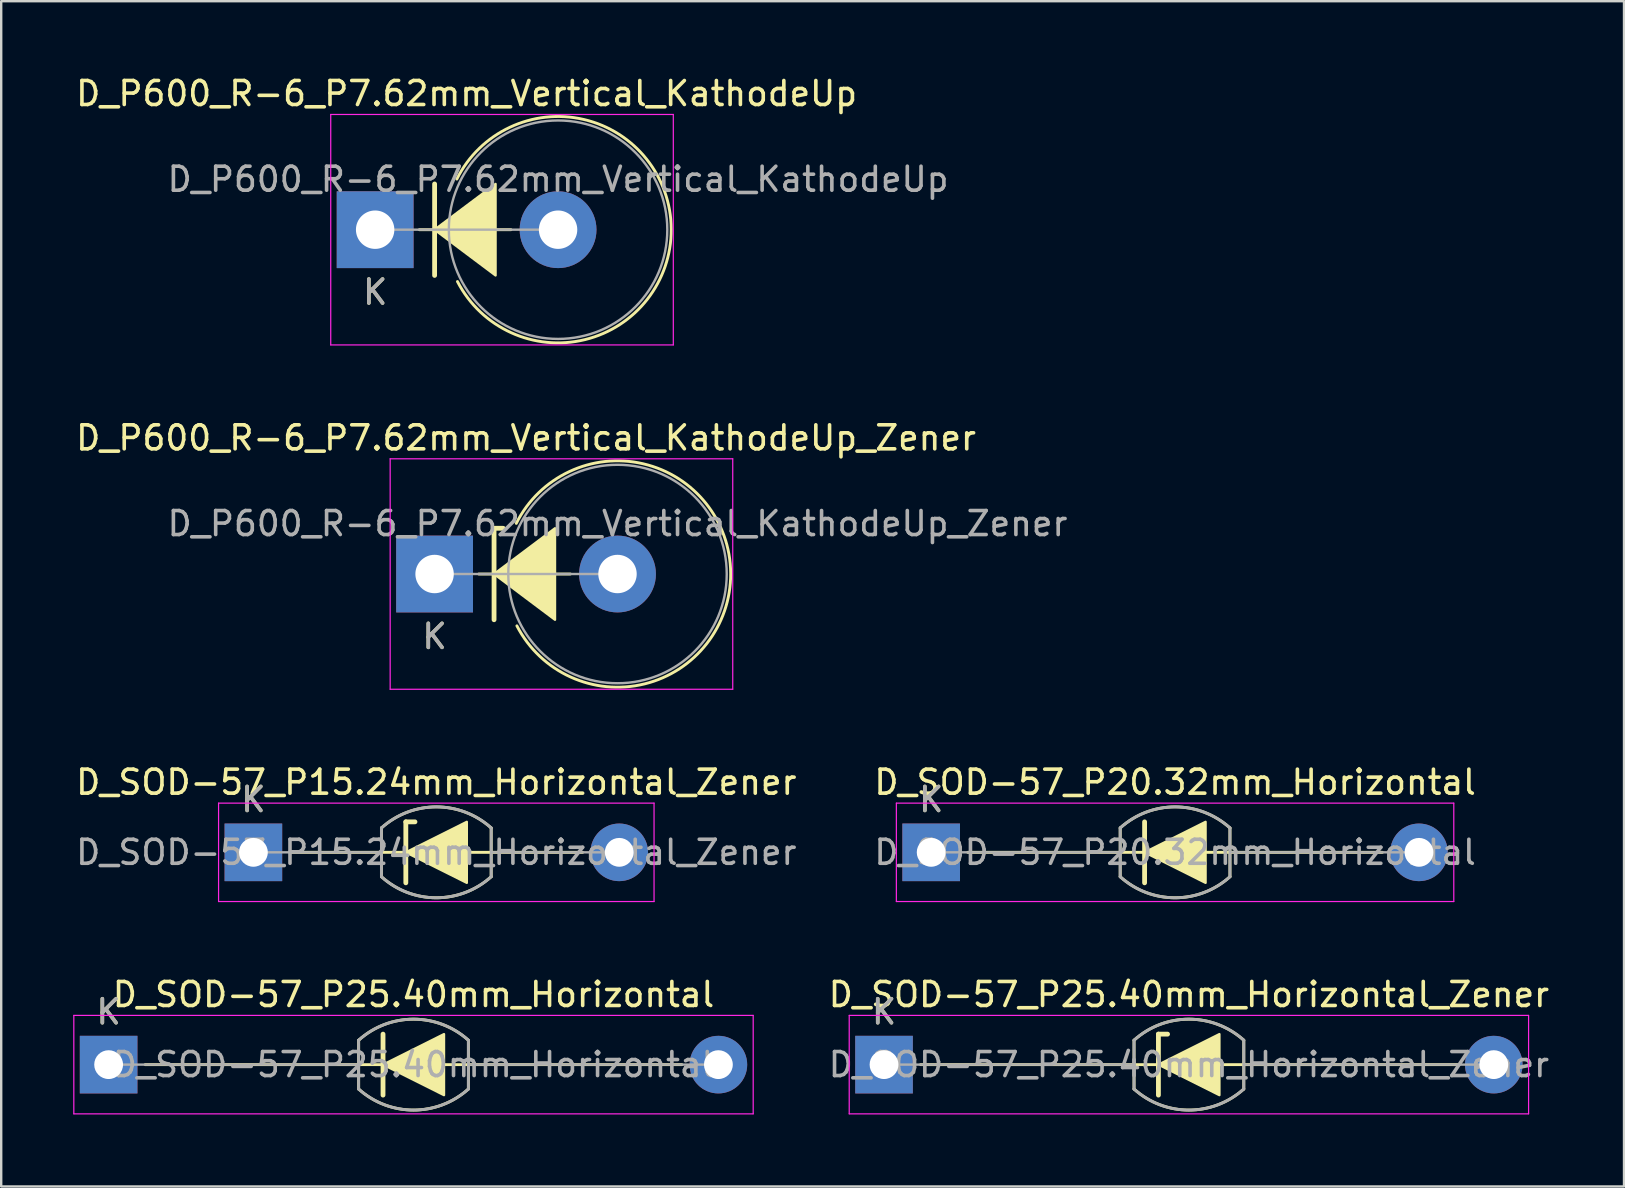
<source format=kicad_pcb>
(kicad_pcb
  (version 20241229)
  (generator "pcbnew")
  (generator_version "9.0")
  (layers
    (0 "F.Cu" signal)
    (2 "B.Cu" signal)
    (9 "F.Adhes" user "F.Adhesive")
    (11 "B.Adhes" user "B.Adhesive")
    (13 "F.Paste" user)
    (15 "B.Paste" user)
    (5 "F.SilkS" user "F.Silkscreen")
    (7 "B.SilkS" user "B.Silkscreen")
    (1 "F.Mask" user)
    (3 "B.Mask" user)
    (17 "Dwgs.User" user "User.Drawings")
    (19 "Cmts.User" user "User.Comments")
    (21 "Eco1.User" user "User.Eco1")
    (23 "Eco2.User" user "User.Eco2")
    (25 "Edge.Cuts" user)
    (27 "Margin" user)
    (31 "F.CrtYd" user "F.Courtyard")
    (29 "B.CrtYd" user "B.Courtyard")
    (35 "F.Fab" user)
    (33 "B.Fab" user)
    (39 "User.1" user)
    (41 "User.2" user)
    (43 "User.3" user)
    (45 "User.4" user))
  (footprint "D_SOD-57_P25.40mm_Horizontal"
    (layer "F.Cu")
    (at 1.475 41.298)
    (property "Reference" "D_SOD-57_P25.40mm_Horizontal" (at 12.7 -2.92 0) (layer "F.SilkS") (effects (font (size 1 1) (thickness 0.15))))
    (attr through_hole)
    (fp_line (start 1.524 0) (end 23.876 0) (stroke (width 0.12) (type solid)) (layer "F.SilkS"))
    (fp_line (start 10.414 -1.016) (end 10.414 1.016) (stroke (width 0.12) (type solid)) (layer "F.SilkS"))
    (fp_line (start 11.43 1.27) (end 11.43 -1.27) (stroke (width 0.2) (type solid)) (layer "F.SilkS"))
    (fp_line (start 14.986 -1.016) (end 14.986 1.016) (stroke (width 0.12) (type solid)) (layer "F.SilkS"))
    (fp_arc (start 10.414 -1.016) (mid 12.699999 -1.89322) (end 14.985998 -1.016) (stroke (width 0.12) (type solid)) (layer "F.SilkS"))
    (fp_arc (start 14.986 1.016) (mid 12.700001 1.89322) (end 10.414002 1.016) (stroke (width 0.12) (type solid)) (layer "F.SilkS"))
    (fp_poly (pts (xy 13.97 1.27) (xy 11.43 0) (xy 13.97 -1.27)) (stroke (width 0.1) (type solid)) (fill yes) (layer "F.SilkS"))
    (fp_line (start -1.45 -2.05) (end -1.45 2.05) (stroke (width 0.05) (type solid)) (layer "F.CrtYd"))
    (fp_line (start -1.45 2.05) (end 26.85 2.05) (stroke (width 0.05) (type solid)) (layer "F.CrtYd"))
    (fp_line (start 26.85 -2.05) (end -1.45 -2.05) (stroke (width 0.05) (type solid)) (layer "F.CrtYd"))
    (fp_line (start 26.85 2.05) (end 26.85 -2.05) (stroke (width 0.05) (type solid)) (layer "F.CrtYd"))
    (fp_line (start 0 0) (end 10.414 0) (stroke (width 0.1) (type solid)) (layer "F.Fab"))
    (fp_line (start 10.414 -1.016) (end 10.414 1.016) (stroke (width 0.12) (type solid)) (layer "F.Fab"))
    (fp_line (start 14.986 -1.016) (end 14.986 1.016) (stroke (width 0.12) (type solid)) (layer "F.Fab"))
    (fp_line (start 25.4 0) (end 14.986 0) (stroke (width 0.1) (type solid)) (layer "F.Fab"))
    (fp_arc (start 10.414 -1.016) (mid 12.70037 -1.894241) (end 14.987132 -1.017021) (stroke (width 0.12) (type solid)) (layer "F.Fab"))
    (fp_arc (start 14.987134 1.014979) (mid 12.700764 1.89322) (end 10.414002 1.016) (stroke (width 0.12) (type solid)) (layer "F.Fab"))
    (fp_text user "K" (at 0 -2.2 0) (layer "F.SilkS") (effects (font (size 1 1) (thickness 0.15))))
    (fp_text user "K" (at 0 -2.2 0) (layer "F.Fab") (effects (font (size 1 1) (thickness 0.15))))
    (fp_text user "${REFERENCE}" (at 12.7 0 0) (layer "F.Fab") (effects (font (size 1 1) (thickness 0.15))))
    (pad "1" thru_hole rect (at 0 0) (size 2.4 2.4) (drill 1.2) (layers "*.Cu" "*.Mask"))
    (pad "2" thru_hole oval (at 25.4 0) (size 2.4 2.4) (drill 1.2) (layers "*.Cu" "*.Mask")))
  (footprint "D_P600_R-6_P7.62mm_Vertical_KathodeUp_Zener"
    (layer "F.Cu")
    (at 15.053 20.861)
    (property "Reference" "D_P600_R-6_P7.62mm_Vertical_KathodeUp_Zener" (at 3.81 -5.67 0) (layer "F.SilkS") (effects (font (size 1 1) (thickness 0.15))))
    (attr through_hole)
    (fp_line (start 1.841 0) (end 5.657 0) (stroke (width 0.12) (type solid)) (layer "F.SilkS"))
    (fp_line (start 2.477 -1.905) (end 2.477 1.905) (stroke (width 0.2) (type solid)) (layer "F.SilkS"))
    (fp_line (start 2.477 -1.905) (end 2.857 -1.905) (stroke (width 0.2) (type solid)) (layer "F.SilkS"))
    (fp_arc (start 3.403294 -2.108352) (mid 12.334333 -0.028397) (end 3.429 2.159) (stroke (width 0.12) (type solid)) (layer "F.SilkS"))
    (fp_poly (pts (xy 5.016 1.905) (xy 2.477 0) (xy 5.016 -1.905)) (stroke (width 0.1) (type solid)) (fill yes) (layer "F.SilkS"))
    (fp_line (start -1.85 -4.8) (end -1.85 4.8) (stroke (width 0.05) (type solid)) (layer "F.CrtYd"))
    (fp_line (start -1.85 4.8) (end 12.42 4.8) (stroke (width 0.05) (type solid)) (layer "F.CrtYd"))
    (fp_line (start 12.42 -4.8) (end -1.85 -4.8) (stroke (width 0.05) (type solid)) (layer "F.CrtYd"))
    (fp_line (start 12.42 4.8) (end 12.42 -4.8) (stroke (width 0.05) (type solid)) (layer "F.CrtYd"))
    (fp_line (start 0 0) (end 7.62 0) (stroke (width 0.1) (type solid)) (layer "F.Fab"))
    (fp_circle (center 7.62 0) (end 12.17 0) (stroke (width 0.1) (type solid)) (fill no) (layer "F.Fab"))
    (fp_text user "K" (at 0 2.6 0) (layer "F.SilkS") (effects (font (size 1 1) (thickness 0.15))))
    (fp_text user "K" (at 0 2.6 0) (layer "F.Fab") (effects (font (size 1 1) (thickness 0.15))))
    (fp_text user "${REFERENCE}" (at 7.62 -2.1 0) (layer "F.Fab") (effects (font (size 1 1) (thickness 0.15))))
    (pad "1" thru_hole rect (at 0 0) (size 3.2 3.2) (drill 1.6) (layers "*.Cu" "*.Mask"))
    (pad "2" thru_hole oval (at 7.62 0) (size 3.2 3.2) (drill 1.6) (layers "*.Cu" "*.Mask")))
  (footprint "D_SOD-57_P15.24mm_Horizontal_Zener"
    (layer "F.Cu")
    (at 7.505 32.455)
    (property "Reference" "D_SOD-57_P15.24mm_Horizontal_Zener" (at 7.62 -2.92 0) (layer "F.SilkS") (effects (font (size 1 1) (thickness 0.15))))
    (attr through_hole)
    (fp_line (start 1.524 0) (end 13.716 0) (stroke (width 0.12) (type solid)) (layer "F.SilkS"))
    (fp_line (start 5.334 -1.016) (end 5.334 1.016) (stroke (width 0.12) (type solid)) (layer "F.SilkS"))
    (fp_line (start 6.35 -1.27) (end 6.731 -1.27) (stroke (width 0.2) (type solid)) (layer "F.SilkS"))
    (fp_line (start 6.35 1.27) (end 6.35 -1.27) (stroke (width 0.2) (type solid)) (layer "F.SilkS"))
    (fp_line (start 9.906 -1.016) (end 9.906 1.016) (stroke (width 0.12) (type solid)) (layer "F.SilkS"))
    (fp_arc (start 5.334 -1.016) (mid 7.619999 -1.89322) (end 9.905998 -1.016) (stroke (width 0.12) (type solid)) (layer "F.SilkS"))
    (fp_arc (start 9.906 1.016) (mid 7.620001 1.89322) (end 5.334002 1.016) (stroke (width 0.12) (type solid)) (layer "F.SilkS"))
    (fp_poly (pts (xy 8.89 1.27) (xy 6.35 0) (xy 8.89 -1.27)) (stroke (width 0.1) (type solid)) (fill yes) (layer "F.SilkS"))
    (fp_line (start -1.45 -2.05) (end -1.45 2.05) (stroke (width 0.05) (type solid)) (layer "F.CrtYd"))
    (fp_line (start -1.45 2.05) (end 16.69 2.05) (stroke (width 0.05) (type solid)) (layer "F.CrtYd"))
    (fp_line (start 16.69 -2.05) (end -1.45 -2.05) (stroke (width 0.05) (type solid)) (layer "F.CrtYd"))
    (fp_line (start 16.69 2.05) (end 16.69 -2.05) (stroke (width 0.05) (type solid)) (layer "F.CrtYd"))
    (fp_line (start 0 0) (end 5.334 0) (stroke (width 0.1) (type solid)) (layer "F.Fab"))
    (fp_line (start 5.334 -1.016) (end 5.334 1.016) (stroke (width 0.12) (type solid)) (layer "F.Fab"))
    (fp_line (start 9.906 -1.016) (end 9.906 1.016) (stroke (width 0.12) (type solid)) (layer "F.Fab"))
    (fp_line (start 15.24 0) (end 9.906 0) (stroke (width 0.1) (type solid)) (layer "F.Fab"))
    (fp_arc (start 5.334 -1.016) (mid 7.62037 -1.894241) (end 9.907132 -1.017021) (stroke (width 0.12) (type solid)) (layer "F.Fab"))
    (fp_arc (start 9.907134 1.014979) (mid 7.620764 1.89322) (end 5.334002 1.016) (stroke (width 0.12) (type solid)) (layer "F.Fab"))
    (fp_text user "K" (at 0 -2.2 0) (layer "F.SilkS") (effects (font (size 1 1) (thickness 0.15))))
    (fp_text user "${REFERENCE}" (at 7.62 0 0) (layer "F.Fab") (effects (font (size 1 1) (thickness 0.15))))
    (fp_text user "K" (at 0 -2.2 0) (layer "F.Fab") (effects (font (size 1 1) (thickness 0.15))))
    (pad "1" thru_hole rect (at 0 0) (size 2.4 2.4) (drill 1.2) (layers "*.Cu" "*.Mask"))
    (pad "2" thru_hole oval (at 15.24 0) (size 2.4 2.4) (drill 1.2) (layers "*.Cu" "*.Mask")))
  (footprint "D_SOD-57_P25.40mm_Horizontal_Zener"
    (layer "F.Cu")
    (at 33.775 41.298)
    (property "Reference" "D_SOD-57_P25.40mm_Horizontal_Zener" (at 12.7 -2.92 0) (layer "F.SilkS") (effects (font (size 1 1) (thickness 0.15))))
    (attr through_hole)
    (fp_line (start 1.524 0) (end 23.876 0) (stroke (width 0.12) (type solid)) (layer "F.SilkS"))
    (fp_line (start 10.414 -1.016) (end 10.414 1.016) (stroke (width 0.12) (type solid)) (layer "F.SilkS"))
    (fp_line (start 11.43 -1.27) (end 11.811 -1.27) (stroke (width 0.2) (type solid)) (layer "F.SilkS"))
    (fp_line (start 11.43 1.27) (end 11.43 -1.27) (stroke (width 0.2) (type solid)) (layer "F.SilkS"))
    (fp_line (start 14.986 -1.016) (end 14.986 1.016) (stroke (width 0.12) (type solid)) (layer "F.SilkS"))
    (fp_arc (start 10.414 -1.016) (mid 12.699999 -1.89322) (end 14.985998 -1.016) (stroke (width 0.12) (type solid)) (layer "F.SilkS"))
    (fp_arc (start 14.986 1.016) (mid 12.700001 1.89322) (end 10.414002 1.016) (stroke (width 0.12) (type solid)) (layer "F.SilkS"))
    (fp_poly (pts (xy 13.97 1.27) (xy 11.43 0) (xy 13.97 -1.27)) (stroke (width 0.1) (type solid)) (fill yes) (layer "F.SilkS"))
    (fp_line (start -1.45 -2.05) (end -1.45 2.05) (stroke (width 0.05) (type solid)) (layer "F.CrtYd"))
    (fp_line (start -1.45 2.05) (end 26.85 2.05) (stroke (width 0.05) (type solid)) (layer "F.CrtYd"))
    (fp_line (start 26.85 -2.05) (end -1.45 -2.05) (stroke (width 0.05) (type solid)) (layer "F.CrtYd"))
    (fp_line (start 26.85 2.05) (end 26.85 -2.05) (stroke (width 0.05) (type solid)) (layer "F.CrtYd"))
    (fp_line (start 0 0) (end 10.414 0) (stroke (width 0.1) (type solid)) (layer "F.Fab"))
    (fp_line (start 10.414 -1.016) (end 10.414 1.016) (stroke (width 0.12) (type solid)) (layer "F.Fab"))
    (fp_line (start 14.986 -1.016) (end 14.986 1.016) (stroke (width 0.12) (type solid)) (layer "F.Fab"))
    (fp_line (start 25.4 0) (end 14.986 0) (stroke (width 0.1) (type solid)) (layer "F.Fab"))
    (fp_arc (start 10.414 -1.016) (mid 12.70037 -1.894241) (end 14.987132 -1.017021) (stroke (width 0.12) (type solid)) (layer "F.Fab"))
    (fp_arc (start 14.987134 1.014979) (mid 12.700764 1.89322) (end 10.414002 1.016) (stroke (width 0.12) (type solid)) (layer "F.Fab"))
    (fp_text user "K" (at 0 -2.2 0) (layer "F.SilkS") (effects (font (size 1 1) (thickness 0.15))))
    (fp_text user "${REFERENCE}" (at 12.7 0 0) (layer "F.Fab") (effects (font (size 1 1) (thickness 0.15))))
    (fp_text user "K" (at 0 -2.2 0) (layer "F.Fab") (effects (font (size 1 1) (thickness 0.15))))
    (pad "1" thru_hole rect (at 0 0) (size 2.4 2.4) (drill 1.2) (layers "*.Cu" "*.Mask"))
    (pad "2" thru_hole oval (at 25.4 0) (size 2.4 2.4) (drill 1.2) (layers "*.Cu" "*.Mask")))
  (footprint "D_P600_R-6_P7.62mm_Vertical_KathodeUp"
    (layer "F.Cu")
    (at 12.577 6.518)
    (property "Reference" "D_P600_R-6_P7.62mm_Vertical_KathodeUp" (at 3.81 -5.67 0) (layer "F.SilkS") (effects (font (size 1 1) (thickness 0.15))))
    (attr through_hole)
    (fp_line (start 1.841 0) (end 5.657 0) (stroke (width 0.12) (type solid)) (layer "F.SilkS"))
    (fp_line (start 2.477 -1.905) (end 2.477 1.905) (stroke (width 0.2) (type solid)) (layer "F.SilkS"))
    (fp_arc (start 3.403294 -2.108352) (mid 12.334333 -0.028397) (end 3.429 2.159) (stroke (width 0.12) (type solid)) (layer "F.SilkS"))
    (fp_poly (pts (xy 5.016 1.905) (xy 2.477 0) (xy 5.016 -1.905)) (stroke (width 0.1) (type solid)) (fill yes) (layer "F.SilkS"))
    (fp_line (start -1.85 -4.8) (end -1.85 4.8) (stroke (width 0.05) (type solid)) (layer "F.CrtYd"))
    (fp_line (start -1.85 4.8) (end 12.42 4.8) (stroke (width 0.05) (type solid)) (layer "F.CrtYd"))
    (fp_line (start 12.42 -4.8) (end -1.85 -4.8) (stroke (width 0.05) (type solid)) (layer "F.CrtYd"))
    (fp_line (start 12.42 4.8) (end 12.42 -4.8) (stroke (width 0.05) (type solid)) (layer "F.CrtYd"))
    (fp_line (start 0 0) (end 7.62 0) (stroke (width 0.1) (type solid)) (layer "F.Fab"))
    (fp_circle (center 7.62 0) (end 12.17 0) (stroke (width 0.1) (type solid)) (fill no) (layer "F.Fab"))
    (fp_text user "K" (at 0 2.6 0) (layer "F.SilkS") (effects (font (size 1 1) (thickness 0.15))))
    (fp_text user "K" (at 0 2.6 0) (layer "F.Fab") (effects (font (size 1 1) (thickness 0.15))))
    (fp_text user "${REFERENCE}" (at 7.62 -2.1 0) (layer "F.Fab") (effects (font (size 1 1) (thickness 0.15))))
    (pad "1" thru_hole rect (at 0 0) (size 3.2 3.2) (drill 1.6) (layers "*.Cu" "*.Mask"))
    (pad "2" thru_hole oval (at 7.62 0) (size 3.2 3.2) (drill 1.6) (layers "*.Cu" "*.Mask")))
  (footprint "D_SOD-57_P20.32mm_Horizontal"
    (layer "F.Cu")
    (at 35.739 32.455)
    (property "Reference" "D_SOD-57_P20.32mm_Horizontal" (at 10.16 -2.92 0) (layer "F.SilkS") (effects (font (size 1 1) (thickness 0.15))))
    (attr through_hole)
    (fp_line (start 1.524 0) (end 18.796 0) (stroke (width 0.12) (type solid)) (layer "F.SilkS"))
    (fp_line (start 7.874 -1.016) (end 7.874 1.016) (stroke (width 0.12) (type solid)) (layer "F.SilkS"))
    (fp_line (start 8.89 1.27) (end 8.89 -1.27) (stroke (width 0.2) (type solid)) (layer "F.SilkS"))
    (fp_line (start 12.446 -1.016) (end 12.446 1.016) (stroke (width 0.12) (type solid)) (layer "F.SilkS"))
    (fp_arc (start 7.874 -1.016) (mid 10.159999 -1.89322) (end 12.445998 -1.016) (stroke (width 0.12) (type solid)) (layer "F.SilkS"))
    (fp_arc (start 12.446 1.016) (mid 10.160001 1.89322) (end 7.874002 1.016) (stroke (width 0.12) (type solid)) (layer "F.SilkS"))
    (fp_poly (pts (xy 11.43 1.27) (xy 8.89 0) (xy 11.43 -1.27)) (stroke (width 0.1) (type solid)) (fill yes) (layer "F.SilkS"))
    (fp_line (start -1.45 -2.05) (end -1.45 2.05) (stroke (width 0.05) (type solid)) (layer "F.CrtYd"))
    (fp_line (start -1.45 2.05) (end 21.77 2.05) (stroke (width 0.05) (type solid)) (layer "F.CrtYd"))
    (fp_line (start 21.77 -2.05) (end -1.45 -2.05) (stroke (width 0.05) (type solid)) (layer "F.CrtYd"))
    (fp_line (start 21.77 2.05) (end 21.77 -2.05) (stroke (width 0.05) (type solid)) (layer "F.CrtYd"))
    (fp_line (start 0 0) (end 7.874 0) (stroke (width 0.1) (type solid)) (layer "F.Fab"))
    (fp_line (start 7.874 -1.016) (end 7.874 1.016) (stroke (width 0.12) (type solid)) (layer "F.Fab"))
    (fp_line (start 12.446 -1.016) (end 12.446 1.016) (stroke (width 0.12) (type solid)) (layer "F.Fab"))
    (fp_line (start 20.32 0) (end 12.446 0) (stroke (width 0.1) (type solid)) (layer "F.Fab"))
    (fp_arc (start 7.874 -1.016) (mid 10.16037 -1.894241) (end 12.447132 -1.017021) (stroke (width 0.12) (type solid)) (layer "F.Fab"))
    (fp_arc (start 12.447134 1.014979) (mid 10.160764 1.89322) (end 7.874002 1.016) (stroke (width 0.12) (type solid)) (layer "F.Fab"))
    (fp_text user "K" (at 0 -2.2 0) (layer "F.SilkS") (effects (font (size 1 1) (thickness 0.15))))
    (fp_text user "K" (at 0 -2.2 0) (layer "F.Fab") (effects (font (size 1 1) (thickness 0.15))))
    (fp_text user "${REFERENCE}" (at 10.16 0 0) (layer "F.Fab") (effects (font (size 1 1) (thickness 0.15))))
    (pad "1" thru_hole rect (at 0 0) (size 2.4 2.4) (drill 1.2) (layers "*.Cu" "*.Mask"))
    (pad "2" thru_hole oval (at 20.32 0) (size 2.4 2.4) (drill 1.2) (layers "*.Cu" "*.Mask")))
  (gr_rect
    (start -3 -3)
    (end 64.6 46.373)
    (stroke (width 0.1) (type default))
    (fill no)
    (layer "Edge.Cuts")))
</source>
